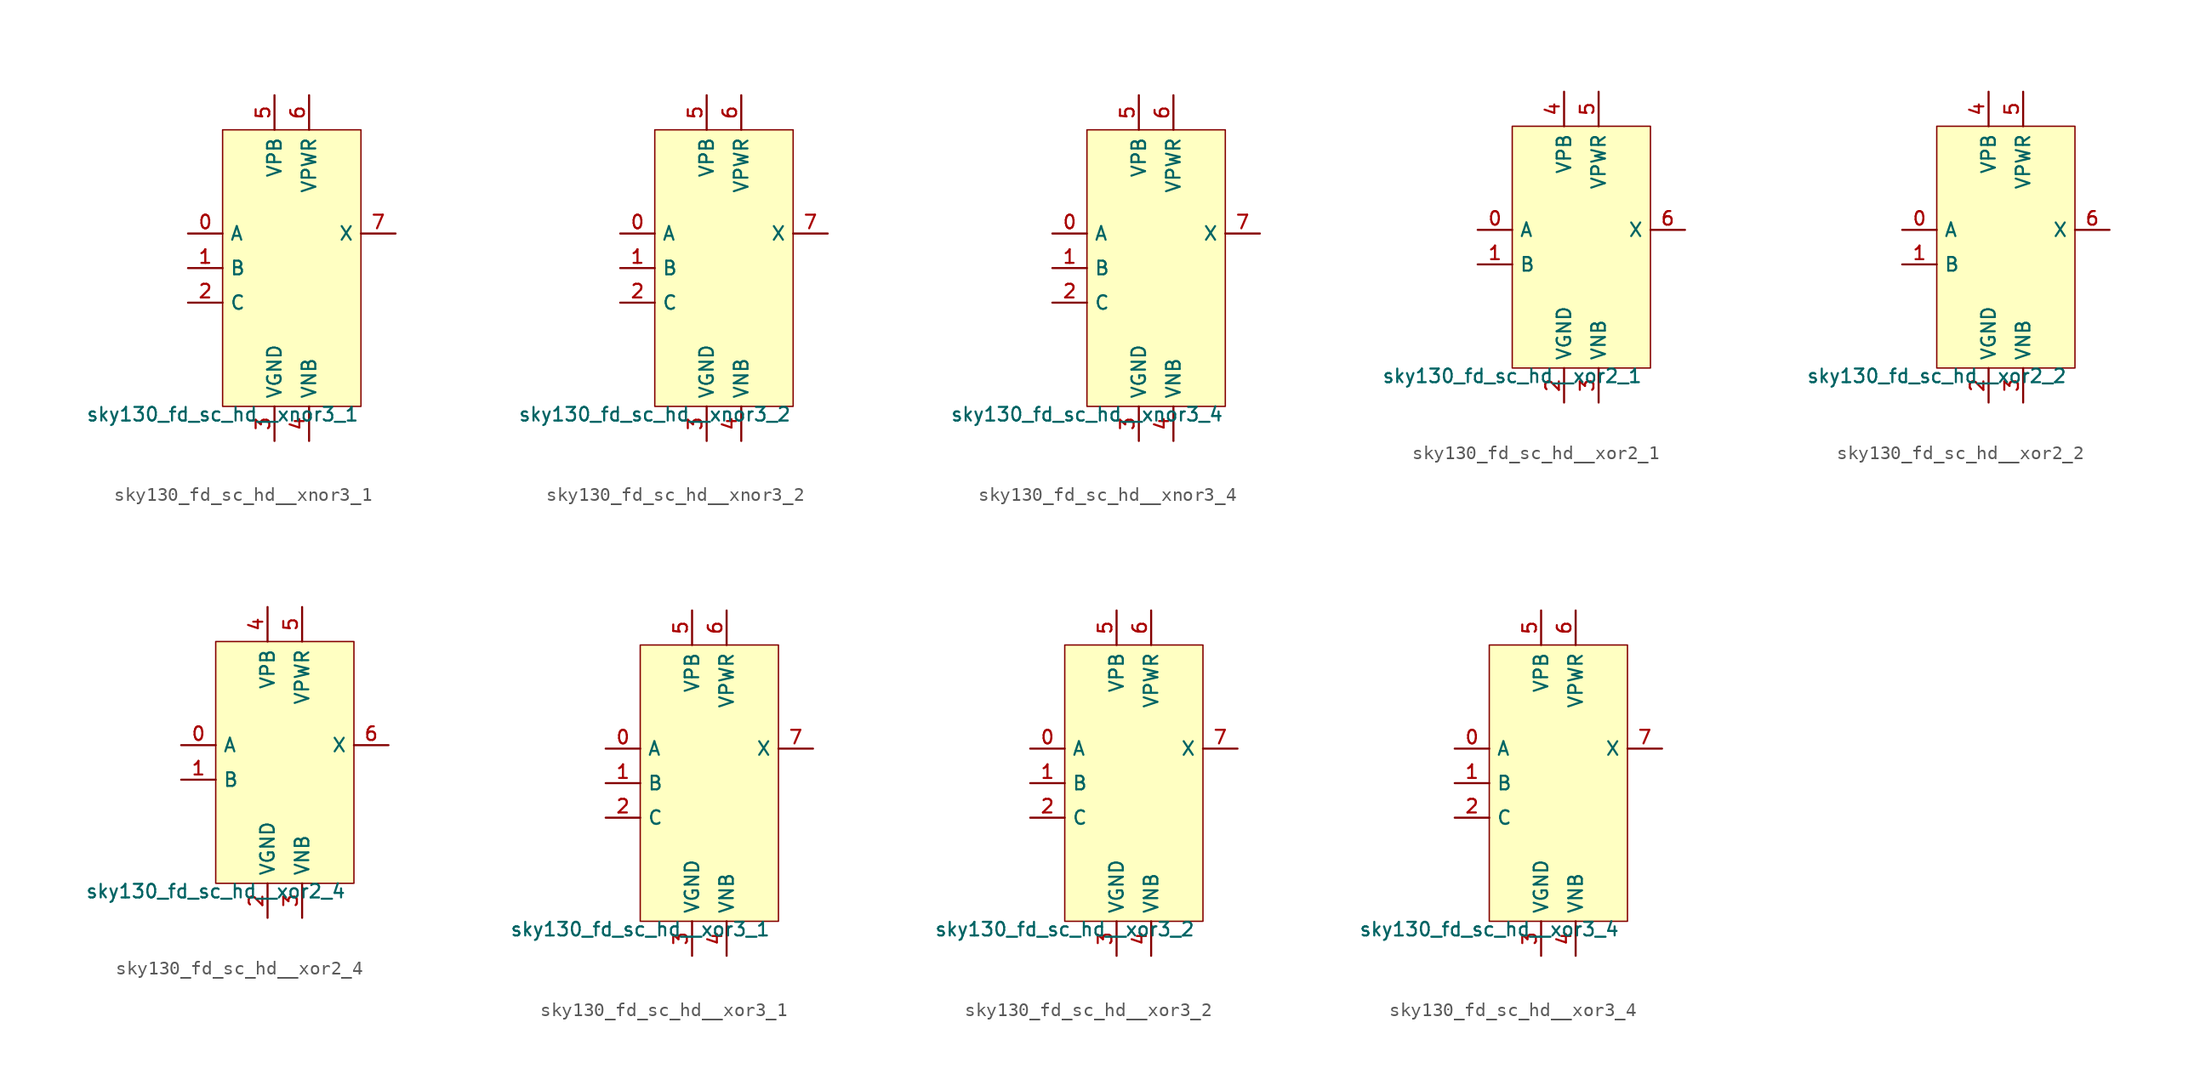
<source format=kicad_sym>
(kicad_symbol_lib
  (version 20211014)
  (generator lef2kicad_sym)
  (symbol "sky130_fd_sc_hd__xnor3_1"
    (property "Reference" "X"
      (at 0 0 0)
      (effects (font (size 1 1)) hide))
    (property "Value" "sky130_fd_sc_hd__xnor3_1"
      (at -5.08 -10.16 0)
      (effects (font (size 1 1)) (justify top)))
    (rectangle
      (start -5.08 -10.16)
      (end 5.08 10.16)
      (stroke (width 0.1) (type solid) (color 0 0 0 0))
      (fill (type background)))
    (pin input line
      (at -7.62 2.54 0)
      (length 2.54)
      (name "A" (effects (font (size 1 1)) hide))
      (number "0" (effects (font (size 1 1)) hide)))
    (pin input line
      (at -7.62 0.0 0)
      (length 2.54)
      (name "B" (effects (font (size 1 1)) hide))
      (number "1" (effects (font (size 1 1)) hide)))
    (pin input line
      (at -7.62 -2.54 0)
      (length 2.54)
      (name "C" (effects (font (size 1 1)) hide))
      (number "2" (effects (font (size 1 1)) hide)))
    (pin power_in line
      (at -1.27 -12.7 90)
      (length 2.54)
      (name "VGND" (effects (font (size 1 1)) hide))
      (number "3" (effects (font (size 1 1)) hide)))
    (pin power_in line
      (at 1.27 -12.7 90)
      (length 2.54)
      (name "VNB" (effects (font (size 1 1)) hide))
      (number "4" (effects (font (size 1 1)) hide)))
    (pin power_in line
      (at -1.27 12.7 270)
      (length 2.54)
      (name "VPB" (effects (font (size 1 1)) hide))
      (number "5" (effects (font (size 1 1)) hide)))
    (pin power_in line
      (at 1.27 12.7 270)
      (length 2.54)
      (name "VPWR" (effects (font (size 1 1)) hide))
      (number "6" (effects (font (size 1 1)) hide)))
    (pin output line
      (at 7.62 2.54 180)
      (length 2.54)
      (name "X" (effects (font (size 1 1)) hide))
      (number "7" (effects (font (size 1 1)) hide))))
  (symbol "sky130_fd_sc_hd__xnor3_2"
    (property "Reference" "X"
      (at 0 0 0)
      (effects (font (size 1 1)) hide))
    (property "Value" "sky130_fd_sc_hd__xnor3_2"
      (at -5.08 -10.16 0)
      (effects (font (size 1 1)) (justify top)))
    (rectangle
      (start -5.08 -10.16)
      (end 5.08 10.16)
      (stroke (width 0.1) (type solid) (color 0 0 0 0))
      (fill (type background)))
    (pin input line
      (at -7.62 2.54 0)
      (length 2.54)
      (name "A" (effects (font (size 1 1)) hide))
      (number "0" (effects (font (size 1 1)) hide)))
    (pin input line
      (at -7.62 0.0 0)
      (length 2.54)
      (name "B" (effects (font (size 1 1)) hide))
      (number "1" (effects (font (size 1 1)) hide)))
    (pin input line
      (at -7.62 -2.54 0)
      (length 2.54)
      (name "C" (effects (font (size 1 1)) hide))
      (number "2" (effects (font (size 1 1)) hide)))
    (pin power_in line
      (at -1.27 -12.7 90)
      (length 2.54)
      (name "VGND" (effects (font (size 1 1)) hide))
      (number "3" (effects (font (size 1 1)) hide)))
    (pin power_in line
      (at 1.27 -12.7 90)
      (length 2.54)
      (name "VNB" (effects (font (size 1 1)) hide))
      (number "4" (effects (font (size 1 1)) hide)))
    (pin power_in line
      (at -1.27 12.7 270)
      (length 2.54)
      (name "VPB" (effects (font (size 1 1)) hide))
      (number "5" (effects (font (size 1 1)) hide)))
    (pin power_in line
      (at 1.27 12.7 270)
      (length 2.54)
      (name "VPWR" (effects (font (size 1 1)) hide))
      (number "6" (effects (font (size 1 1)) hide)))
    (pin output line
      (at 7.62 2.54 180)
      (length 2.54)
      (name "X" (effects (font (size 1 1)) hide))
      (number "7" (effects (font (size 1 1)) hide))))
  (symbol "sky130_fd_sc_hd__xnor3_4"
    (property "Reference" "X"
      (at 0 0 0)
      (effects (font (size 1 1)) hide))
    (property "Value" "sky130_fd_sc_hd__xnor3_4"
      (at -5.08 -10.16 0)
      (effects (font (size 1 1)) (justify top)))
    (rectangle
      (start -5.08 -10.16)
      (end 5.08 10.16)
      (stroke (width 0.1) (type solid) (color 0 0 0 0))
      (fill (type background)))
    (pin input line
      (at -7.62 2.54 0)
      (length 2.54)
      (name "A" (effects (font (size 1 1)) hide))
      (number "0" (effects (font (size 1 1)) hide)))
    (pin input line
      (at -7.62 0.0 0)
      (length 2.54)
      (name "B" (effects (font (size 1 1)) hide))
      (number "1" (effects (font (size 1 1)) hide)))
    (pin input line
      (at -7.62 -2.54 0)
      (length 2.54)
      (name "C" (effects (font (size 1 1)) hide))
      (number "2" (effects (font (size 1 1)) hide)))
    (pin power_in line
      (at -1.27 -12.7 90)
      (length 2.54)
      (name "VGND" (effects (font (size 1 1)) hide))
      (number "3" (effects (font (size 1 1)) hide)))
    (pin power_in line
      (at 1.27 -12.7 90)
      (length 2.54)
      (name "VNB" (effects (font (size 1 1)) hide))
      (number "4" (effects (font (size 1 1)) hide)))
    (pin power_in line
      (at -1.27 12.7 270)
      (length 2.54)
      (name "VPB" (effects (font (size 1 1)) hide))
      (number "5" (effects (font (size 1 1)) hide)))
    (pin power_in line
      (at 1.27 12.7 270)
      (length 2.54)
      (name "VPWR" (effects (font (size 1 1)) hide))
      (number "6" (effects (font (size 1 1)) hide)))
    (pin output line
      (at 7.62 2.54 180)
      (length 2.54)
      (name "X" (effects (font (size 1 1)) hide))
      (number "7" (effects (font (size 1 1)) hide))))
  (symbol "sky130_fd_sc_hd__xor2_1"
    (property "Reference" "X"
      (at 0 0 0)
      (effects (font (size 1 1)) hide))
    (property "Value" "sky130_fd_sc_hd__xor2_1"
      (at -5.08 -8.89 0)
      (effects (font (size 1 1)) (justify top)))
    (rectangle
      (start -5.08 -8.89)
      (end 5.08 8.89)
      (stroke (width 0.1) (type solid) (color 0 0 0 0))
      (fill (type background)))
    (pin input line
      (at -7.62 1.27 0)
      (length 2.54)
      (name "A" (effects (font (size 1 1)) hide))
      (number "0" (effects (font (size 1 1)) hide)))
    (pin input line
      (at -7.62 -1.27 0)
      (length 2.54)
      (name "B" (effects (font (size 1 1)) hide))
      (number "1" (effects (font (size 1 1)) hide)))
    (pin power_in line
      (at -1.27 -11.43 90)
      (length 2.54)
      (name "VGND" (effects (font (size 1 1)) hide))
      (number "2" (effects (font (size 1 1)) hide)))
    (pin power_in line
      (at 1.27 -11.43 90)
      (length 2.54)
      (name "VNB" (effects (font (size 1 1)) hide))
      (number "3" (effects (font (size 1 1)) hide)))
    (pin power_in line
      (at -1.27 11.43 270)
      (length 2.54)
      (name "VPB" (effects (font (size 1 1)) hide))
      (number "4" (effects (font (size 1 1)) hide)))
    (pin power_in line
      (at 1.27 11.43 270)
      (length 2.54)
      (name "VPWR" (effects (font (size 1 1)) hide))
      (number "5" (effects (font (size 1 1)) hide)))
    (pin output line
      (at 7.62 1.27 180)
      (length 2.54)
      (name "X" (effects (font (size 1 1)) hide))
      (number "6" (effects (font (size 1 1)) hide))))
  (symbol "sky130_fd_sc_hd__xor2_2"
    (property "Reference" "X"
      (at 0 0 0)
      (effects (font (size 1 1)) hide))
    (property "Value" "sky130_fd_sc_hd__xor2_2"
      (at -5.08 -8.89 0)
      (effects (font (size 1 1)) (justify top)))
    (rectangle
      (start -5.08 -8.89)
      (end 5.08 8.89)
      (stroke (width 0.1) (type solid) (color 0 0 0 0))
      (fill (type background)))
    (pin input line
      (at -7.62 1.27 0)
      (length 2.54)
      (name "A" (effects (font (size 1 1)) hide))
      (number "0" (effects (font (size 1 1)) hide)))
    (pin input line
      (at -7.62 -1.27 0)
      (length 2.54)
      (name "B" (effects (font (size 1 1)) hide))
      (number "1" (effects (font (size 1 1)) hide)))
    (pin power_in line
      (at -1.27 -11.43 90)
      (length 2.54)
      (name "VGND" (effects (font (size 1 1)) hide))
      (number "2" (effects (font (size 1 1)) hide)))
    (pin power_in line
      (at 1.27 -11.43 90)
      (length 2.54)
      (name "VNB" (effects (font (size 1 1)) hide))
      (number "3" (effects (font (size 1 1)) hide)))
    (pin power_in line
      (at -1.27 11.43 270)
      (length 2.54)
      (name "VPB" (effects (font (size 1 1)) hide))
      (number "4" (effects (font (size 1 1)) hide)))
    (pin power_in line
      (at 1.27 11.43 270)
      (length 2.54)
      (name "VPWR" (effects (font (size 1 1)) hide))
      (number "5" (effects (font (size 1 1)) hide)))
    (pin output line
      (at 7.62 1.27 180)
      (length 2.54)
      (name "X" (effects (font (size 1 1)) hide))
      (number "6" (effects (font (size 1 1)) hide))))
  (symbol "sky130_fd_sc_hd__xor2_4"
    (property "Reference" "X"
      (at 0 0 0)
      (effects (font (size 1 1)) hide))
    (property "Value" "sky130_fd_sc_hd__xor2_4"
      (at -5.08 -8.89 0)
      (effects (font (size 1 1)) (justify top)))
    (rectangle
      (start -5.08 -8.89)
      (end 5.08 8.89)
      (stroke (width 0.1) (type solid) (color 0 0 0 0))
      (fill (type background)))
    (pin input line
      (at -7.62 1.27 0)
      (length 2.54)
      (name "A" (effects (font (size 1 1)) hide))
      (number "0" (effects (font (size 1 1)) hide)))
    (pin input line
      (at -7.62 -1.27 0)
      (length 2.54)
      (name "B" (effects (font (size 1 1)) hide))
      (number "1" (effects (font (size 1 1)) hide)))
    (pin power_in line
      (at -1.27 -11.43 90)
      (length 2.54)
      (name "VGND" (effects (font (size 1 1)) hide))
      (number "2" (effects (font (size 1 1)) hide)))
    (pin power_in line
      (at 1.27 -11.43 90)
      (length 2.54)
      (name "VNB" (effects (font (size 1 1)) hide))
      (number "3" (effects (font (size 1 1)) hide)))
    (pin power_in line
      (at -1.27 11.43 270)
      (length 2.54)
      (name "VPB" (effects (font (size 1 1)) hide))
      (number "4" (effects (font (size 1 1)) hide)))
    (pin power_in line
      (at 1.27 11.43 270)
      (length 2.54)
      (name "VPWR" (effects (font (size 1 1)) hide))
      (number "5" (effects (font (size 1 1)) hide)))
    (pin output line
      (at 7.62 1.27 180)
      (length 2.54)
      (name "X" (effects (font (size 1 1)) hide))
      (number "6" (effects (font (size 1 1)) hide))))
  (symbol "sky130_fd_sc_hd__xor3_1"
    (property "Reference" "X"
      (at 0 0 0)
      (effects (font (size 1 1)) hide))
    (property "Value" "sky130_fd_sc_hd__xor3_1"
      (at -5.08 -10.16 0)
      (effects (font (size 1 1)) (justify top)))
    (rectangle
      (start -5.08 -10.16)
      (end 5.08 10.16)
      (stroke (width 0.1) (type solid) (color 0 0 0 0))
      (fill (type background)))
    (pin input line
      (at -7.62 2.54 0)
      (length 2.54)
      (name "A" (effects (font (size 1 1)) hide))
      (number "0" (effects (font (size 1 1)) hide)))
    (pin input line
      (at -7.62 0.0 0)
      (length 2.54)
      (name "B" (effects (font (size 1 1)) hide))
      (number "1" (effects (font (size 1 1)) hide)))
    (pin input line
      (at -7.62 -2.54 0)
      (length 2.54)
      (name "C" (effects (font (size 1 1)) hide))
      (number "2" (effects (font (size 1 1)) hide)))
    (pin power_in line
      (at -1.27 -12.7 90)
      (length 2.54)
      (name "VGND" (effects (font (size 1 1)) hide))
      (number "3" (effects (font (size 1 1)) hide)))
    (pin power_in line
      (at 1.27 -12.7 90)
      (length 2.54)
      (name "VNB" (effects (font (size 1 1)) hide))
      (number "4" (effects (font (size 1 1)) hide)))
    (pin power_in line
      (at -1.27 12.7 270)
      (length 2.54)
      (name "VPB" (effects (font (size 1 1)) hide))
      (number "5" (effects (font (size 1 1)) hide)))
    (pin power_in line
      (at 1.27 12.7 270)
      (length 2.54)
      (name "VPWR" (effects (font (size 1 1)) hide))
      (number "6" (effects (font (size 1 1)) hide)))
    (pin output line
      (at 7.62 2.54 180)
      (length 2.54)
      (name "X" (effects (font (size 1 1)) hide))
      (number "7" (effects (font (size 1 1)) hide))))
  (symbol "sky130_fd_sc_hd__xor3_2"
    (property "Reference" "X"
      (at 0 0 0)
      (effects (font (size 1 1)) hide))
    (property "Value" "sky130_fd_sc_hd__xor3_2"
      (at -5.08 -10.16 0)
      (effects (font (size 1 1)) (justify top)))
    (rectangle
      (start -5.08 -10.16)
      (end 5.08 10.16)
      (stroke (width 0.1) (type solid) (color 0 0 0 0))
      (fill (type background)))
    (pin input line
      (at -7.62 2.54 0)
      (length 2.54)
      (name "A" (effects (font (size 1 1)) hide))
      (number "0" (effects (font (size 1 1)) hide)))
    (pin input line
      (at -7.62 0.0 0)
      (length 2.54)
      (name "B" (effects (font (size 1 1)) hide))
      (number "1" (effects (font (size 1 1)) hide)))
    (pin input line
      (at -7.62 -2.54 0)
      (length 2.54)
      (name "C" (effects (font (size 1 1)) hide))
      (number "2" (effects (font (size 1 1)) hide)))
    (pin power_in line
      (at -1.27 -12.7 90)
      (length 2.54)
      (name "VGND" (effects (font (size 1 1)) hide))
      (number "3" (effects (font (size 1 1)) hide)))
    (pin power_in line
      (at 1.27 -12.7 90)
      (length 2.54)
      (name "VNB" (effects (font (size 1 1)) hide))
      (number "4" (effects (font (size 1 1)) hide)))
    (pin power_in line
      (at -1.27 12.7 270)
      (length 2.54)
      (name "VPB" (effects (font (size 1 1)) hide))
      (number "5" (effects (font (size 1 1)) hide)))
    (pin power_in line
      (at 1.27 12.7 270)
      (length 2.54)
      (name "VPWR" (effects (font (size 1 1)) hide))
      (number "6" (effects (font (size 1 1)) hide)))
    (pin output line
      (at 7.62 2.54 180)
      (length 2.54)
      (name "X" (effects (font (size 1 1)) hide))
      (number "7" (effects (font (size 1 1)) hide))))
  (symbol "sky130_fd_sc_hd__xor3_4"
    (property "Reference" "X"
      (at 0 0 0)
      (effects (font (size 1 1)) hide))
    (property "Value" "sky130_fd_sc_hd__xor3_4"
      (at -5.08 -10.16 0)
      (effects (font (size 1 1)) (justify top)))
    (rectangle
      (start -5.08 -10.16)
      (end 5.08 10.16)
      (stroke (width 0.1) (type solid) (color 0 0 0 0))
      (fill (type background)))
    (pin input line
      (at -7.62 2.54 0)
      (length 2.54)
      (name "A" (effects (font (size 1 1)) hide))
      (number "0" (effects (font (size 1 1)) hide)))
    (pin input line
      (at -7.62 0.0 0)
      (length 2.54)
      (name "B" (effects (font (size 1 1)) hide))
      (number "1" (effects (font (size 1 1)) hide)))
    (pin input line
      (at -7.62 -2.54 0)
      (length 2.54)
      (name "C" (effects (font (size 1 1)) hide))
      (number "2" (effects (font (size 1 1)) hide)))
    (pin power_in line
      (at -1.27 -12.7 90)
      (length 2.54)
      (name "VGND" (effects (font (size 1 1)) hide))
      (number "3" (effects (font (size 1 1)) hide)))
    (pin power_in line
      (at 1.27 -12.7 90)
      (length 2.54)
      (name "VNB" (effects (font (size 1 1)) hide))
      (number "4" (effects (font (size 1 1)) hide)))
    (pin power_in line
      (at -1.27 12.7 270)
      (length 2.54)
      (name "VPB" (effects (font (size 1 1)) hide))
      (number "5" (effects (font (size 1 1)) hide)))
    (pin power_in line
      (at 1.27 12.7 270)
      (length 2.54)
      (name "VPWR" (effects (font (size 1 1)) hide))
      (number "6" (effects (font (size 1 1)) hide)))
    (pin output line
      (at 7.62 2.54 180)
      (length 2.54)
      (name "X" (effects (font (size 1 1)) hide))
      (number "7" (effects (font (size 1 1)) hide)))))
</source>
